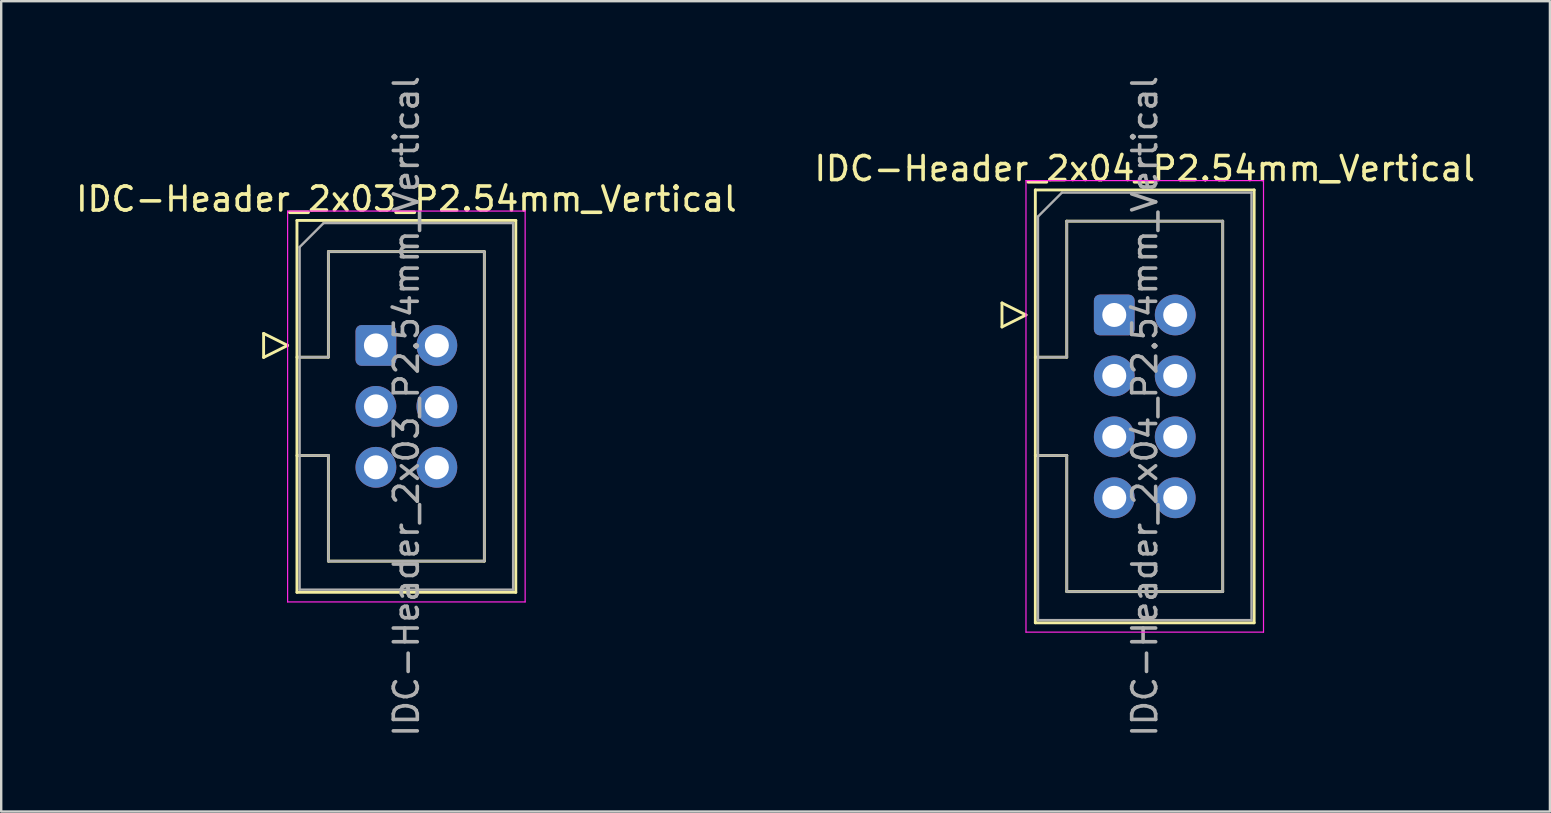
<source format=kicad_pcb>
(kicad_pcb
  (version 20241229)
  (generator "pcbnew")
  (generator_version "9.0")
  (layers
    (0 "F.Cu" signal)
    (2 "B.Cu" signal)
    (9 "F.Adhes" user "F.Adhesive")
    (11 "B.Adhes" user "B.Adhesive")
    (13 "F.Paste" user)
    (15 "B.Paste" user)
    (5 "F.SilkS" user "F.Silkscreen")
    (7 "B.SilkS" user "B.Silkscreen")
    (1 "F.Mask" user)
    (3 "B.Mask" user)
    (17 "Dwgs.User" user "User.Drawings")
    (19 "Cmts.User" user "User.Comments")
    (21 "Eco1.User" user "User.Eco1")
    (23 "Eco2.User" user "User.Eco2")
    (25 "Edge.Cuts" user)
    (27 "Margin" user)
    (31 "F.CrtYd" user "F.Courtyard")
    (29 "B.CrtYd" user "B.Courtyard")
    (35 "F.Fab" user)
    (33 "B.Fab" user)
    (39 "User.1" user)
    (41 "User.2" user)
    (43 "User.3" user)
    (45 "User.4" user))
  (footprint "IDC-Header_2x03_P2.54mm_Vertical"
    (layer "F.Cu")
    (at 12.617 11.347)
    (property "Reference" "IDC-Header_2x03_P2.54mm_Vertical" (at 1.27 -6.1 0) (layer "F.SilkS") (effects (font (size 1 1) (thickness 0.15))))
    (attr through_hole)
    (fp_line (start -4.68 -0.5) (end -4.68 0.5) (stroke (width 0.12) (type solid)) (layer "F.SilkS"))
    (fp_line (start -4.68 0.5) (end -3.68 0) (stroke (width 0.12) (type solid)) (layer "F.SilkS"))
    (fp_line (start -3.68 0) (end -4.68 -0.5) (stroke (width 0.12) (type solid)) (layer "F.SilkS"))
    (fp_line (start -3.29 -5.21) (end 5.83 -5.21) (stroke (width 0.12) (type solid)) (layer "F.SilkS"))
    (fp_line (start -3.29 0.49) (end -1.98 0.49) (stroke (width 0.12) (type solid)) (layer "F.SilkS"))
    (fp_line (start -3.29 10.29) (end -3.29 -5.21) (stroke (width 0.12) (type solid)) (layer "F.SilkS"))
    (fp_line (start -1.98 -3.91) (end 4.52 -3.91) (stroke (width 0.12) (type solid)) (layer "F.SilkS"))
    (fp_line (start -1.98 0.49) (end -1.98 -3.91) (stroke (width 0.12) (type solid)) (layer "F.SilkS"))
    (fp_line (start -1.98 4.59) (end -3.29 4.59) (stroke (width 0.12) (type solid)) (layer "F.SilkS"))
    (fp_line (start -1.98 4.59) (end -1.98 4.59) (stroke (width 0.12) (type solid)) (layer "F.SilkS"))
    (fp_line (start -1.98 8.99) (end -1.98 4.59) (stroke (width 0.12) (type solid)) (layer "F.SilkS"))
    (fp_line (start 4.52 -3.91) (end 4.52 8.99) (stroke (width 0.12) (type solid)) (layer "F.SilkS"))
    (fp_line (start 4.52 8.99) (end -1.98 8.99) (stroke (width 0.12) (type solid)) (layer "F.SilkS"))
    (fp_line (start 5.83 -5.21) (end 5.83 10.29) (stroke (width 0.12) (type solid)) (layer "F.SilkS"))
    (fp_line (start 5.83 10.29) (end -3.29 10.29) (stroke (width 0.12) (type solid)) (layer "F.SilkS"))
    (fp_line (start -3.68 -5.6) (end -3.68 10.69) (stroke (width 0.05) (type solid)) (layer "F.CrtYd"))
    (fp_line (start -3.68 10.69) (end 6.22 10.69) (stroke (width 0.05) (type solid)) (layer "F.CrtYd"))
    (fp_line (start 6.22 -5.6) (end -3.68 -5.6) (stroke (width 0.05) (type solid)) (layer "F.CrtYd"))
    (fp_line (start 6.22 10.69) (end 6.22 -5.6) (stroke (width 0.05) (type solid)) (layer "F.CrtYd"))
    (fp_line (start -3.18 -4.1) (end -2.18 -5.1) (stroke (width 0.1) (type solid)) (layer "F.Fab"))
    (fp_line (start -3.18 0.49) (end -1.98 0.49) (stroke (width 0.1) (type solid)) (layer "F.Fab"))
    (fp_line (start -3.18 10.18) (end -3.18 -4.1) (stroke (width 0.1) (type solid)) (layer "F.Fab"))
    (fp_line (start -2.18 -5.1) (end 5.72 -5.1) (stroke (width 0.1) (type solid)) (layer "F.Fab"))
    (fp_line (start -1.98 -3.91) (end 4.52 -3.91) (stroke (width 0.1) (type solid)) (layer "F.Fab"))
    (fp_line (start -1.98 0.49) (end -1.98 -3.91) (stroke (width 0.1) (type solid)) (layer "F.Fab"))
    (fp_line (start -1.98 4.59) (end -3.18 4.59) (stroke (width 0.1) (type solid)) (layer "F.Fab"))
    (fp_line (start -1.98 4.59) (end -1.98 4.59) (stroke (width 0.1) (type solid)) (layer "F.Fab"))
    (fp_line (start -1.98 8.99) (end -1.98 4.59) (stroke (width 0.1) (type solid)) (layer "F.Fab"))
    (fp_line (start 4.52 -3.91) (end 4.52 8.99) (stroke (width 0.1) (type solid)) (layer "F.Fab"))
    (fp_line (start 4.52 8.99) (end -1.98 8.99) (stroke (width 0.1) (type solid)) (layer "F.Fab"))
    (fp_line (start 5.72 -5.1) (end 5.72 10.18) (stroke (width 0.1) (type solid)) (layer "F.Fab"))
    (fp_line (start 5.72 10.18) (end -3.18 10.18) (stroke (width 0.1) (type solid)) (layer "F.Fab"))
    (fp_text user "${REFERENCE}" (at 1.27 2.54 90) (layer "F.Fab") (effects (font (size 1 1) (thickness 0.15))))
    (pad "1" thru_hole roundrect (at 0 0) (size 1.7 1.7) (drill 1) (layers "*.Cu" "*.Mask") (roundrect_rratio 0.147))
    (pad "2" thru_hole circle (at 2.54 0) (size 1.7 1.7) (drill 1) (layers "*.Cu" "*.Mask"))
    (pad "3" thru_hole circle (at 0 2.54) (size 1.7 1.7) (drill 1) (layers "*.Cu" "*.Mask"))
    (pad "4" thru_hole circle (at 2.54 2.54) (size 1.7 1.7) (drill 1) (layers "*.Cu" "*.Mask"))
    (pad "5" thru_hole circle (at 0 5.08) (size 1.7 1.7) (drill 1) (layers "*.Cu" "*.Mask"))
    (pad "6" thru_hole circle (at 2.54 5.08) (size 1.7 1.7) (drill 1) (layers "*.Cu" "*.Mask")))
  (footprint "IDC-Header_2x04_P2.54mm_Vertical"
    (layer "F.Cu")
    (at 43.391 10.077)
    (property "Reference" "IDC-Header_2x04_P2.54mm_Vertical" (at 1.27 -6.1 0) (layer "F.SilkS") (effects (font (size 1 1) (thickness 0.15))))
    (attr through_hole)
    (fp_line (start -4.68 -0.5) (end -4.68 0.5) (stroke (width 0.12) (type solid)) (layer "F.SilkS"))
    (fp_line (start -4.68 0.5) (end -3.68 0) (stroke (width 0.12) (type solid)) (layer "F.SilkS"))
    (fp_line (start -3.68 0) (end -4.68 -0.5) (stroke (width 0.12) (type solid)) (layer "F.SilkS"))
    (fp_line (start -3.29 -5.21) (end 5.83 -5.21) (stroke (width 0.12) (type solid)) (layer "F.SilkS"))
    (fp_line (start -3.29 1.76) (end -1.98 1.76) (stroke (width 0.12) (type solid)) (layer "F.SilkS"))
    (fp_line (start -3.29 12.83) (end -3.29 -5.21) (stroke (width 0.12) (type solid)) (layer "F.SilkS"))
    (fp_line (start -1.98 -3.91) (end 4.52 -3.91) (stroke (width 0.12) (type solid)) (layer "F.SilkS"))
    (fp_line (start -1.98 1.76) (end -1.98 -3.91) (stroke (width 0.12) (type solid)) (layer "F.SilkS"))
    (fp_line (start -1.98 5.86) (end -3.29 5.86) (stroke (width 0.12) (type solid)) (layer "F.SilkS"))
    (fp_line (start -1.98 5.86) (end -1.98 5.86) (stroke (width 0.12) (type solid)) (layer "F.SilkS"))
    (fp_line (start -1.98 11.53) (end -1.98 5.86) (stroke (width 0.12) (type solid)) (layer "F.SilkS"))
    (fp_line (start 4.52 -3.91) (end 4.52 11.53) (stroke (width 0.12) (type solid)) (layer "F.SilkS"))
    (fp_line (start 4.52 11.53) (end -1.98 11.53) (stroke (width 0.12) (type solid)) (layer "F.SilkS"))
    (fp_line (start 5.83 -5.21) (end 5.83 12.83) (stroke (width 0.12) (type solid)) (layer "F.SilkS"))
    (fp_line (start 5.83 12.83) (end -3.29 12.83) (stroke (width 0.12) (type solid)) (layer "F.SilkS"))
    (fp_line (start -3.68 -5.6) (end -3.68 13.22) (stroke (width 0.05) (type solid)) (layer "F.CrtYd"))
    (fp_line (start -3.68 13.22) (end 6.22 13.22) (stroke (width 0.05) (type solid)) (layer "F.CrtYd"))
    (fp_line (start 6.22 -5.6) (end -3.68 -5.6) (stroke (width 0.05) (type solid)) (layer "F.CrtYd"))
    (fp_line (start 6.22 13.22) (end 6.22 -5.6) (stroke (width 0.05) (type solid)) (layer "F.CrtYd"))
    (fp_line (start -3.18 -4.1) (end -2.18 -5.1) (stroke (width 0.1) (type solid)) (layer "F.Fab"))
    (fp_line (start -3.18 1.76) (end -1.98 1.76) (stroke (width 0.1) (type solid)) (layer "F.Fab"))
    (fp_line (start -3.18 12.72) (end -3.18 -4.1) (stroke (width 0.1) (type solid)) (layer "F.Fab"))
    (fp_line (start -2.18 -5.1) (end 5.72 -5.1) (stroke (width 0.1) (type solid)) (layer "F.Fab"))
    (fp_line (start -1.98 -3.91) (end 4.52 -3.91) (stroke (width 0.1) (type solid)) (layer "F.Fab"))
    (fp_line (start -1.98 1.76) (end -1.98 -3.91) (stroke (width 0.1) (type solid)) (layer "F.Fab"))
    (fp_line (start -1.98 5.86) (end -3.18 5.86) (stroke (width 0.1) (type solid)) (layer "F.Fab"))
    (fp_line (start -1.98 5.86) (end -1.98 5.86) (stroke (width 0.1) (type solid)) (layer "F.Fab"))
    (fp_line (start -1.98 11.53) (end -1.98 5.86) (stroke (width 0.1) (type solid)) (layer "F.Fab"))
    (fp_line (start 4.52 -3.91) (end 4.52 11.53) (stroke (width 0.1) (type solid)) (layer "F.Fab"))
    (fp_line (start 4.52 11.53) (end -1.98 11.53) (stroke (width 0.1) (type solid)) (layer "F.Fab"))
    (fp_line (start 5.72 -5.1) (end 5.72 12.72) (stroke (width 0.1) (type solid)) (layer "F.Fab"))
    (fp_line (start 5.72 12.72) (end -3.18 12.72) (stroke (width 0.1) (type solid)) (layer "F.Fab"))
    (fp_text user "${REFERENCE}" (at 1.27 3.81 90) (layer "F.Fab") (effects (font (size 1 1) (thickness 0.15))))
    (pad "1" thru_hole roundrect (at 0 0) (size 1.7 1.7) (drill 1) (layers "*.Cu" "*.Mask") (roundrect_rratio 0.147))
    (pad "2" thru_hole circle (at 2.54 0) (size 1.7 1.7) (drill 1) (layers "*.Cu" "*.Mask"))
    (pad "3" thru_hole circle (at 0 2.54) (size 1.7 1.7) (drill 1) (layers "*.Cu" "*.Mask"))
    (pad "4" thru_hole circle (at 2.54 2.54) (size 1.7 1.7) (drill 1) (layers "*.Cu" "*.Mask"))
    (pad "5" thru_hole circle (at 0 5.08) (size 1.7 1.7) (drill 1) (layers "*.Cu" "*.Mask"))
    (pad "6" thru_hole circle (at 2.54 5.08) (size 1.7 1.7) (drill 1) (layers "*.Cu" "*.Mask"))
    (pad "7" thru_hole circle (at 0 7.62) (size 1.7 1.7) (drill 1) (layers "*.Cu" "*.Mask"))
    (pad "8" thru_hole circle (at 2.54 7.62) (size 1.7 1.7) (drill 1) (layers "*.Cu" "*.Mask")))
  (gr_rect
    (start -3 -3)
    (end 61.548 30.774)
    (stroke (width 0.1) (type default))
    (fill no)
    (layer "Edge.Cuts")))
</source>
